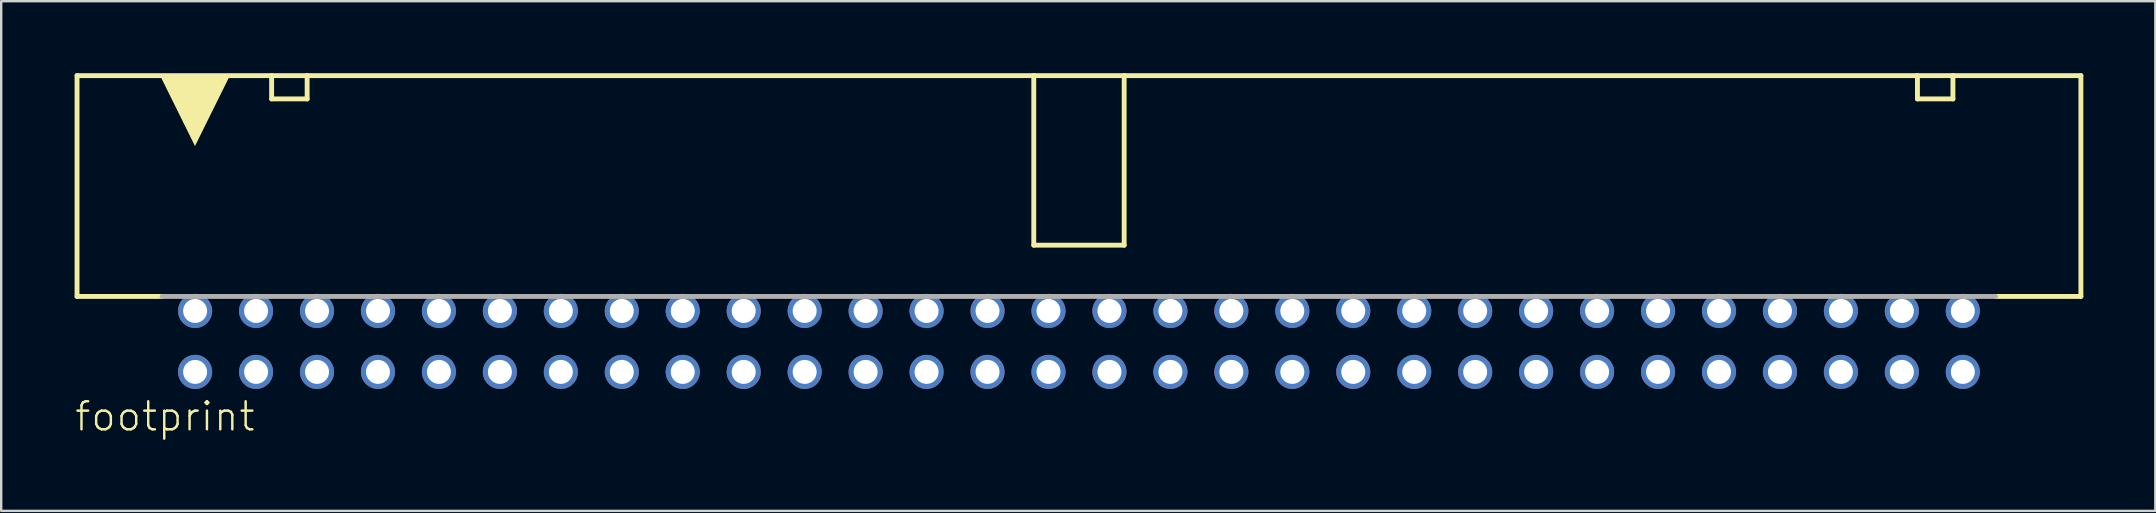
<source format=kicad_pcb>
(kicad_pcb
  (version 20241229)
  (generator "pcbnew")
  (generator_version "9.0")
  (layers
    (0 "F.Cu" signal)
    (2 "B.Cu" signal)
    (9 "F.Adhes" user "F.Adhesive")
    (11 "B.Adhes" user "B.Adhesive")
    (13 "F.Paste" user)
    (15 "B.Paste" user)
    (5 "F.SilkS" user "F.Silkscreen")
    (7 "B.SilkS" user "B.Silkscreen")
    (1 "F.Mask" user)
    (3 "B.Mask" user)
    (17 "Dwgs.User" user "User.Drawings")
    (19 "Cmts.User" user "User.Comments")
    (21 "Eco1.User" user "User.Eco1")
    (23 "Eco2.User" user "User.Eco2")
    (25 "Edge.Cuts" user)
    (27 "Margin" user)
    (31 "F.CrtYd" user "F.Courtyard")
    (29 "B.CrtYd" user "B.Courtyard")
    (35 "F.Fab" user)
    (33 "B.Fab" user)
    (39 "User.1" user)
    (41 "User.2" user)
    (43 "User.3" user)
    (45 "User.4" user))
  (footprint "footprint"
    (layer "F.Cu")
    (at 41.91 11.177)
    (property "Reference" "footprint" (at -41.91 3.81 0) (layer "F.SilkS") (effects (font (size 1.168 1.168) (thickness 0.102)) (justify left bottom)))
    (fp_line (start -41.75 -11.075) (end -41.75 -1.875) (stroke (width 0.203) (type solid)) (layer "F.SilkS"))
    (fp_line (start -38.206 -1.875) (end -41.75 -1.875) (stroke (width 0.203) (type solid)) (layer "F.SilkS"))
    (fp_line (start -33.641 -11.075) (end -41.75 -11.075) (stroke (width 0.203) (type solid)) (layer "F.SilkS"))
    (fp_line (start -33.641 -11.075) (end -32.162 -11.075) (stroke (width 0.203) (type solid)) (layer "F.SilkS"))
    (fp_line (start -33.641 -10.105) (end -33.641 -11.075) (stroke (width 0.203) (type solid)) (layer "F.SilkS"))
    (fp_line (start -32.162 -11.075) (end -32.162 -10.105) (stroke (width 0.203) (type solid)) (layer "F.SilkS"))
    (fp_line (start -32.162 -10.105) (end -33.641 -10.105) (stroke (width 0.203) (type solid)) (layer "F.SilkS"))
    (fp_line (start -1.883 -11.075) (end -32.162 -11.075) (stroke (width 0.203) (type solid)) (layer "F.SilkS"))
    (fp_line (start -1.883 -4.01) (end -1.883 -11.075) (stroke (width 0.203) (type solid)) (layer "F.SilkS"))
    (fp_line (start 1.883 -11.075) (end -1.883 -11.075) (stroke (width 0.203) (type solid)) (layer "F.SilkS"))
    (fp_line (start 1.883 -11.075) (end 1.883 -4.01) (stroke (width 0.203) (type solid)) (layer "F.SilkS"))
    (fp_line (start 1.883 -4.01) (end -1.883 -4.01) (stroke (width 0.203) (type solid)) (layer "F.SilkS"))
    (fp_line (start 34.939 -11.075) (end 1.883 -11.075) (stroke (width 0.203) (type solid)) (layer "F.SilkS"))
    (fp_line (start 34.939 -11.075) (end 36.418 -11.075) (stroke (width 0.203) (type solid)) (layer "F.SilkS"))
    (fp_line (start 34.939 -10.105) (end 34.939 -11.075) (stroke (width 0.203) (type solid)) (layer "F.SilkS"))
    (fp_line (start 36.418 -11.075) (end 36.418 -10.105) (stroke (width 0.203) (type solid)) (layer "F.SilkS"))
    (fp_line (start 36.418 -10.105) (end 34.939 -10.105) (stroke (width 0.203) (type solid)) (layer "F.SilkS"))
    (fp_line (start 41.75 -11.075) (end 36.418 -11.075) (stroke (width 0.203) (type solid)) (layer "F.SilkS"))
    (fp_line (start 41.75 -1.875) (end 38.193 -1.875) (stroke (width 0.203) (type solid)) (layer "F.SilkS"))
    (fp_line (start 41.75 -1.875) (end 41.75 -11.075) (stroke (width 0.203) (type solid)) (layer "F.SilkS"))
    (fp_poly (pts (xy -36.835 -8.141) (xy -38.274 -11.047) (xy -35.396 -11.047)) (stroke (width 0) (type solid)) (fill yes) (layer "F.SilkS"))
    (fp_line (start 38.189 -1.875) (end -38.202 -1.875) (stroke (width 0.203) (type solid)) (layer "F.Fab"))
    (pad "1" thru_hole circle (at -36.83 1.27) (size 1.422 1.422) (drill 1) (layers "*.Cu" "*.Mask"))
    (pad "2" thru_hole circle (at -36.83 -1.27) (size 1.422 1.422) (drill 1) (layers "*.Cu" "*.Mask"))
    (pad "3" thru_hole circle (at -34.29 1.27) (size 1.422 1.422) (drill 1) (layers "*.Cu" "*.Mask"))
    (pad "4" thru_hole circle (at -34.29 -1.27) (size 1.422 1.422) (drill 1) (layers "*.Cu" "*.Mask"))
    (pad "5" thru_hole circle (at -31.75 1.27) (size 1.422 1.422) (drill 1) (layers "*.Cu" "*.Mask"))
    (pad "6" thru_hole circle (at -31.75 -1.27) (size 1.422 1.422) (drill 1) (layers "*.Cu" "*.Mask"))
    (pad "7" thru_hole circle (at -29.21 1.27) (size 1.422 1.422) (drill 1) (layers "*.Cu" "*.Mask"))
    (pad "8" thru_hole circle (at -29.21 -1.27) (size 1.422 1.422) (drill 1) (layers "*.Cu" "*.Mask"))
    (pad "9" thru_hole circle (at -26.67 1.27) (size 1.422 1.422) (drill 1) (layers "*.Cu" "*.Mask"))
    (pad "10" thru_hole circle (at -26.67 -1.27) (size 1.422 1.422) (drill 1) (layers "*.Cu" "*.Mask"))
    (pad "11" thru_hole circle (at -24.13 1.27) (size 1.422 1.422) (drill 1) (layers "*.Cu" "*.Mask"))
    (pad "12" thru_hole circle (at -24.13 -1.27) (size 1.422 1.422) (drill 1) (layers "*.Cu" "*.Mask"))
    (pad "13" thru_hole circle (at -21.59 1.27) (size 1.422 1.422) (drill 1) (layers "*.Cu" "*.Mask"))
    (pad "14" thru_hole circle (at -21.59 -1.27) (size 1.422 1.422) (drill 1) (layers "*.Cu" "*.Mask"))
    (pad "15" thru_hole circle (at -19.05 1.27) (size 1.422 1.422) (drill 1) (layers "*.Cu" "*.Mask"))
    (pad "16" thru_hole circle (at -19.05 -1.27) (size 1.422 1.422) (drill 1) (layers "*.Cu" "*.Mask"))
    (pad "17" thru_hole circle (at -16.51 1.27) (size 1.422 1.422) (drill 1) (layers "*.Cu" "*.Mask"))
    (pad "18" thru_hole circle (at -16.51 -1.27) (size 1.422 1.422) (drill 1) (layers "*.Cu" "*.Mask"))
    (pad "19" thru_hole circle (at -13.97 1.27) (size 1.422 1.422) (drill 1) (layers "*.Cu" "*.Mask"))
    (pad "20" thru_hole circle (at -13.97 -1.27) (size 1.422 1.422) (drill 1) (layers "*.Cu" "*.Mask"))
    (pad "21" thru_hole circle (at -11.43 1.27) (size 1.422 1.422) (drill 1) (layers "*.Cu" "*.Mask"))
    (pad "22" thru_hole circle (at -11.43 -1.27) (size 1.422 1.422) (drill 1) (layers "*.Cu" "*.Mask"))
    (pad "23" thru_hole circle (at -8.89 1.27) (size 1.422 1.422) (drill 1) (layers "*.Cu" "*.Mask"))
    (pad "24" thru_hole circle (at -8.89 -1.27) (size 1.422 1.422) (drill 1) (layers "*.Cu" "*.Mask"))
    (pad "25" thru_hole circle (at -6.35 1.27) (size 1.422 1.422) (drill 1) (layers "*.Cu" "*.Mask"))
    (pad "26" thru_hole circle (at -6.35 -1.27) (size 1.422 1.422) (drill 1) (layers "*.Cu" "*.Mask"))
    (pad "27" thru_hole circle (at -3.81 1.27) (size 1.422 1.422) (drill 1) (layers "*.Cu" "*.Mask"))
    (pad "28" thru_hole circle (at -3.81 -1.27) (size 1.422 1.422) (drill 1) (layers "*.Cu" "*.Mask"))
    (pad "29" thru_hole circle (at -1.27 1.27) (size 1.422 1.422) (drill 1) (layers "*.Cu" "*.Mask"))
    (pad "30" thru_hole circle (at -1.27 -1.27) (size 1.422 1.422) (drill 1) (layers "*.Cu" "*.Mask"))
    (pad "31" thru_hole circle (at 1.27 1.27) (size 1.422 1.422) (drill 1) (layers "*.Cu" "*.Mask"))
    (pad "32" thru_hole circle (at 1.27 -1.27) (size 1.422 1.422) (drill 1) (layers "*.Cu" "*.Mask"))
    (pad "33" thru_hole circle (at 3.81 1.27) (size 1.422 1.422) (drill 1) (layers "*.Cu" "*.Mask"))
    (pad "34" thru_hole circle (at 3.81 -1.27) (size 1.422 1.422) (drill 1) (layers "*.Cu" "*.Mask"))
    (pad "35" thru_hole circle (at 6.35 1.27) (size 1.422 1.422) (drill 1) (layers "*.Cu" "*.Mask"))
    (pad "36" thru_hole circle (at 6.35 -1.27) (size 1.422 1.422) (drill 1) (layers "*.Cu" "*.Mask"))
    (pad "37" thru_hole circle (at 8.89 1.27) (size 1.422 1.422) (drill 1) (layers "*.Cu" "*.Mask"))
    (pad "38" thru_hole circle (at 8.89 -1.27) (size 1.422 1.422) (drill 1) (layers "*.Cu" "*.Mask"))
    (pad "39" thru_hole circle (at 11.43 1.27) (size 1.422 1.422) (drill 1) (layers "*.Cu" "*.Mask"))
    (pad "40" thru_hole circle (at 11.43 -1.27) (size 1.422 1.422) (drill 1) (layers "*.Cu" "*.Mask"))
    (pad "41" thru_hole circle (at 13.97 1.27) (size 1.422 1.422) (drill 1) (layers "*.Cu" "*.Mask"))
    (pad "42" thru_hole circle (at 13.97 -1.27) (size 1.422 1.422) (drill 1) (layers "*.Cu" "*.Mask"))
    (pad "43" thru_hole circle (at 16.51 1.27) (size 1.422 1.422) (drill 1) (layers "*.Cu" "*.Mask"))
    (pad "44" thru_hole circle (at 16.51 -1.27) (size 1.422 1.422) (drill 1) (layers "*.Cu" "*.Mask"))
    (pad "45" thru_hole circle (at 19.05 1.27) (size 1.422 1.422) (drill 1) (layers "*.Cu" "*.Mask"))
    (pad "46" thru_hole circle (at 19.05 -1.27) (size 1.422 1.422) (drill 1) (layers "*.Cu" "*.Mask"))
    (pad "47" thru_hole circle (at 21.59 1.27) (size 1.422 1.422) (drill 1) (layers "*.Cu" "*.Mask"))
    (pad "48" thru_hole circle (at 21.59 -1.27) (size 1.422 1.422) (drill 1) (layers "*.Cu" "*.Mask"))
    (pad "49" thru_hole circle (at 24.13 1.27) (size 1.422 1.422) (drill 1) (layers "*.Cu" "*.Mask"))
    (pad "50" thru_hole circle (at 24.13 -1.27) (size 1.422 1.422) (drill 1) (layers "*.Cu" "*.Mask"))
    (pad "51" thru_hole circle (at 26.67 1.27) (size 1.422 1.422) (drill 1) (layers "*.Cu" "*.Mask"))
    (pad "52" thru_hole circle (at 26.67 -1.27) (size 1.422 1.422) (drill 1) (layers "*.Cu" "*.Mask"))
    (pad "53" thru_hole circle (at 29.21 1.27) (size 1.422 1.422) (drill 1) (layers "*.Cu" "*.Mask"))
    (pad "54" thru_hole circle (at 29.21 -1.27) (size 1.422 1.422) (drill 1) (layers "*.Cu" "*.Mask"))
    (pad "55" thru_hole circle (at 31.75 1.27) (size 1.422 1.422) (drill 1) (layers "*.Cu" "*.Mask"))
    (pad "56" thru_hole circle (at 31.75 -1.27) (size 1.422 1.422) (drill 1) (layers "*.Cu" "*.Mask"))
    (pad "57" thru_hole circle (at 34.29 1.27) (size 1.422 1.422) (drill 1) (layers "*.Cu" "*.Mask"))
    (pad "58" thru_hole circle (at 34.29 -1.27) (size 1.422 1.422) (drill 1) (layers "*.Cu" "*.Mask"))
    (pad "59" thru_hole circle (at 36.83 1.27) (size 1.422 1.422) (drill 1) (layers "*.Cu" "*.Mask"))
    (pad "60" thru_hole circle (at 36.83 -1.27) (size 1.422 1.422) (drill 1) (layers "*.Cu" "*.Mask")))
  (gr_rect
    (start -3 -3)
    (end 86.762 18.237)
    (stroke (width 0.1) (type default))
    (fill no)
    (layer "Edge.Cuts")))
</source>
